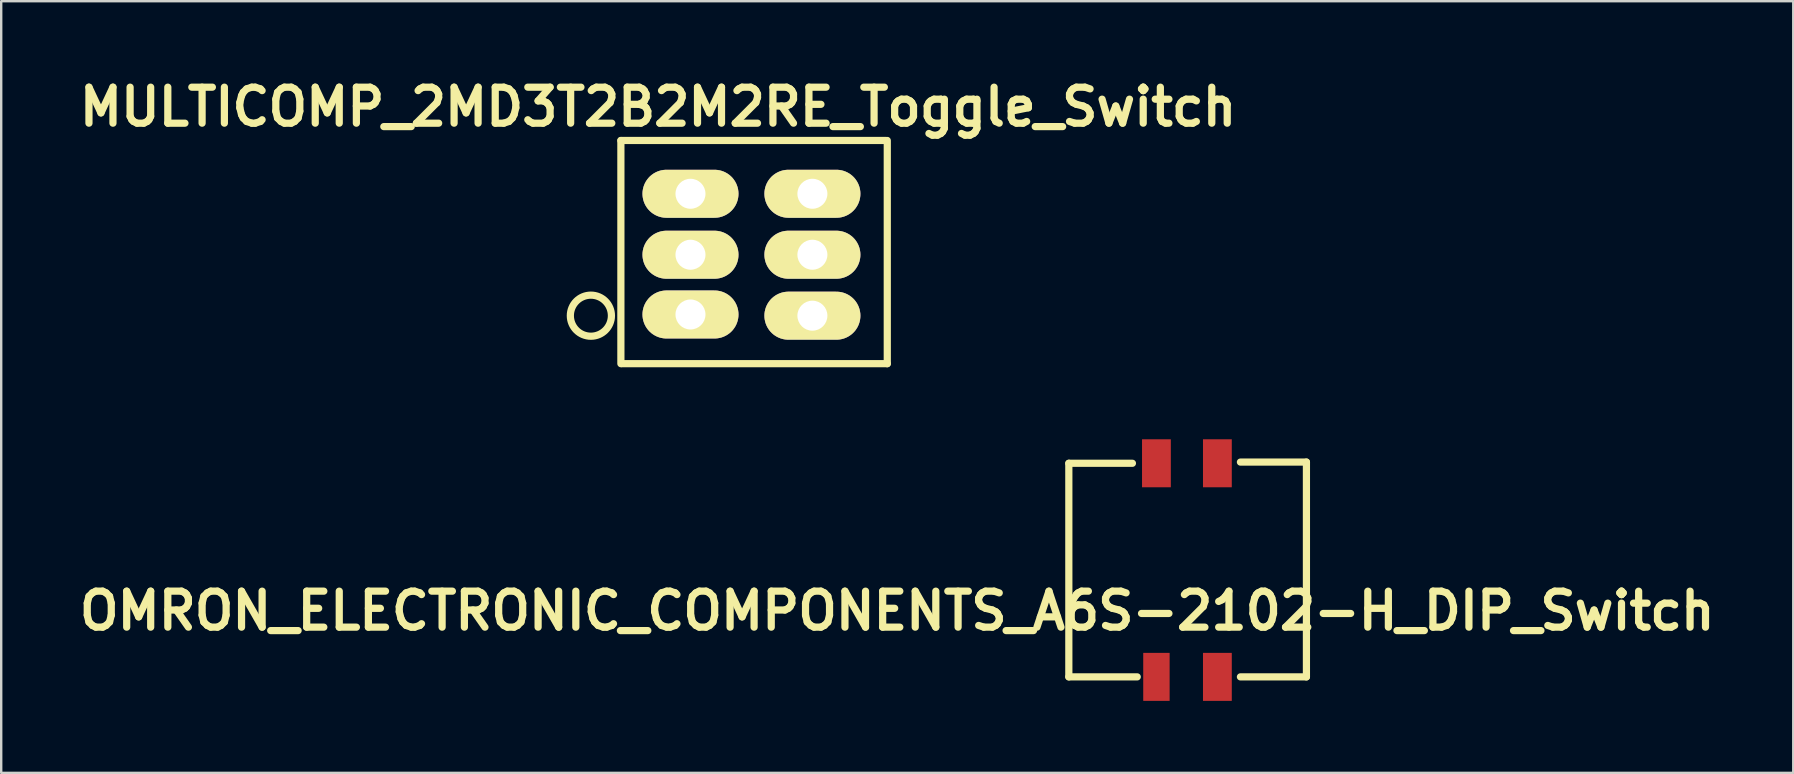
<source format=kicad_pcb>
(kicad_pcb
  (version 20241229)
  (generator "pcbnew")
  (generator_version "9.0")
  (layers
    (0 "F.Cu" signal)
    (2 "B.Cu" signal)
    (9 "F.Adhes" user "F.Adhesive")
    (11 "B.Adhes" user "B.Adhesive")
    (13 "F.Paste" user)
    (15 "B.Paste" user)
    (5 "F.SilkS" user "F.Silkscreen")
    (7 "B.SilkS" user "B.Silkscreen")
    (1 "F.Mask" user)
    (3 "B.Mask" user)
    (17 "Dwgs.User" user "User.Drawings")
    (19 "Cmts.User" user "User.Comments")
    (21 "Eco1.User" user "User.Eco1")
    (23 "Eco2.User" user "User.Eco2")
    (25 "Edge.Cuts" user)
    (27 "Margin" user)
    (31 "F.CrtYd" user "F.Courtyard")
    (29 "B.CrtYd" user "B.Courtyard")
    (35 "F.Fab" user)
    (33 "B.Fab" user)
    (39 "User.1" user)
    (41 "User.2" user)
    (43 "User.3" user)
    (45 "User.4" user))
  (footprint "OMRON_ELECTRONIC_COMPONENTS_A6S-2102-H_DIP_Switch"
    (layer "F.Cu")
    (at 45.136 25.154)
    (property "Reference" "OMRON_ELECTRONIC_COMPONENTS_A6S-2102-H_DIP_Switch" (at -10.8 -2.75 0) (layer "F.SilkS") (effects (font (size 1.5 1.5) (thickness 0.3))))
    (attr through_hole)
    (fp_line (start -3.65 -8.9) (end -3.65 0) (stroke (width 0.3) (type solid)) (layer "F.SilkS"))
    (fp_line (start -3.65 0) (end -0.8 0) (stroke (width 0.3) (type solid)) (layer "F.SilkS"))
    (fp_line (start -1 -8.9) (end -3.65 -8.9) (stroke (width 0.3) (type solid)) (layer "F.SilkS"))
    (fp_line (start 3.5 -8.95) (end 6.25 -8.95) (stroke (width 0.3) (type solid)) (layer "F.SilkS"))
    (fp_line (start 6.25 -8.95) (end 6.25 0) (stroke (width 0.3) (type solid)) (layer "F.SilkS"))
    (fp_line (start 6.25 0) (end 3.5 0) (stroke (width 0.3) (type solid)) (layer "F.SilkS"))
    (pad "1" smd rect (at 0 -8.9) (size 1.2 2) (layers "F.Cu" "F.Mask" "F.Paste"))
    (pad "1" smd rect (at 0 0) (size 1.1 2) (layers "F.Cu" "F.Mask" "F.Paste"))
    (pad "1" smd rect (at 2.54 -8.9) (size 1.2 2) (layers "F.Cu" "F.Mask" "F.Paste"))
    (pad "1" smd rect (at 2.54 0) (size 1.2 2) (layers "F.Cu" "F.Mask" "F.Paste")))
  (footprint "MULTICOMP_2MD3T2B2M2RE_Toggle_Switch"
    (layer "F.Cu")
    (at 25.721 10.104)
    (property "Reference" "MULTICOMP_2MD3T2B2M2RE_Toggle_Switch" (at -1.35 -8.7 0) (layer "F.SilkS") (effects (font (size 1.5 1.5) (thickness 0.3))))
    (attr through_hole)
    (fp_line (start -2.9 2) (end -2.9 -7.3) (stroke (width 0.3) (type solid)) (layer "F.SilkS"))
    (fp_line (start -2.85 2) (end 8.2 2) (stroke (width 0.3) (type solid)) (layer "F.SilkS"))
    (fp_line (start 8.15 -7.3) (end -2.9 -7.3) (stroke (width 0.3) (type solid)) (layer "F.SilkS"))
    (fp_line (start 8.2 2) (end 8.2 -7.3) (stroke (width 0.3) (type solid)) (layer "F.SilkS"))
    (fp_circle (center -4.15 0) (end -3.3 0.1) (stroke (width 0.3) (type solid)) (fill no) (layer "F.SilkS"))
    (pad "1" thru_hole oval (at 0 -0.05) (size 4 2) (drill 1.25) (layers "*.Cu" "*.Mask" "F.SilkS"))
    (pad "1" thru_hole oval (at 5.08 0) (size 4 2) (drill 1.25) (layers "*.Cu" "*.Mask" "F.SilkS"))
    (pad "2" thru_hole oval (at 0 -2.54) (size 4 2) (drill 1.25) (layers "*.Cu" "*.Mask" "F.SilkS"))
    (pad "2" thru_hole oval (at 5.08 -2.54) (size 4 2) (drill 1.25) (layers "*.Cu" "*.Mask" "F.SilkS"))
    (pad "3" thru_hole oval (at 0 -5.08) (size 4 2) (drill 1.25) (layers "*.Cu" "*.Mask" "F.SilkS"))
    (pad "3" thru_hole oval (at 5.08 -5.08) (size 4 2) (drill 1.25) (layers "*.Cu" "*.Mask" "F.SilkS")))
  (gr_rect
    (start -3 -3)
    (end 71.671 29.154)
    (stroke (width 0.1) (type default))
    (fill no)
    (layer "Edge.Cuts")))
</source>
